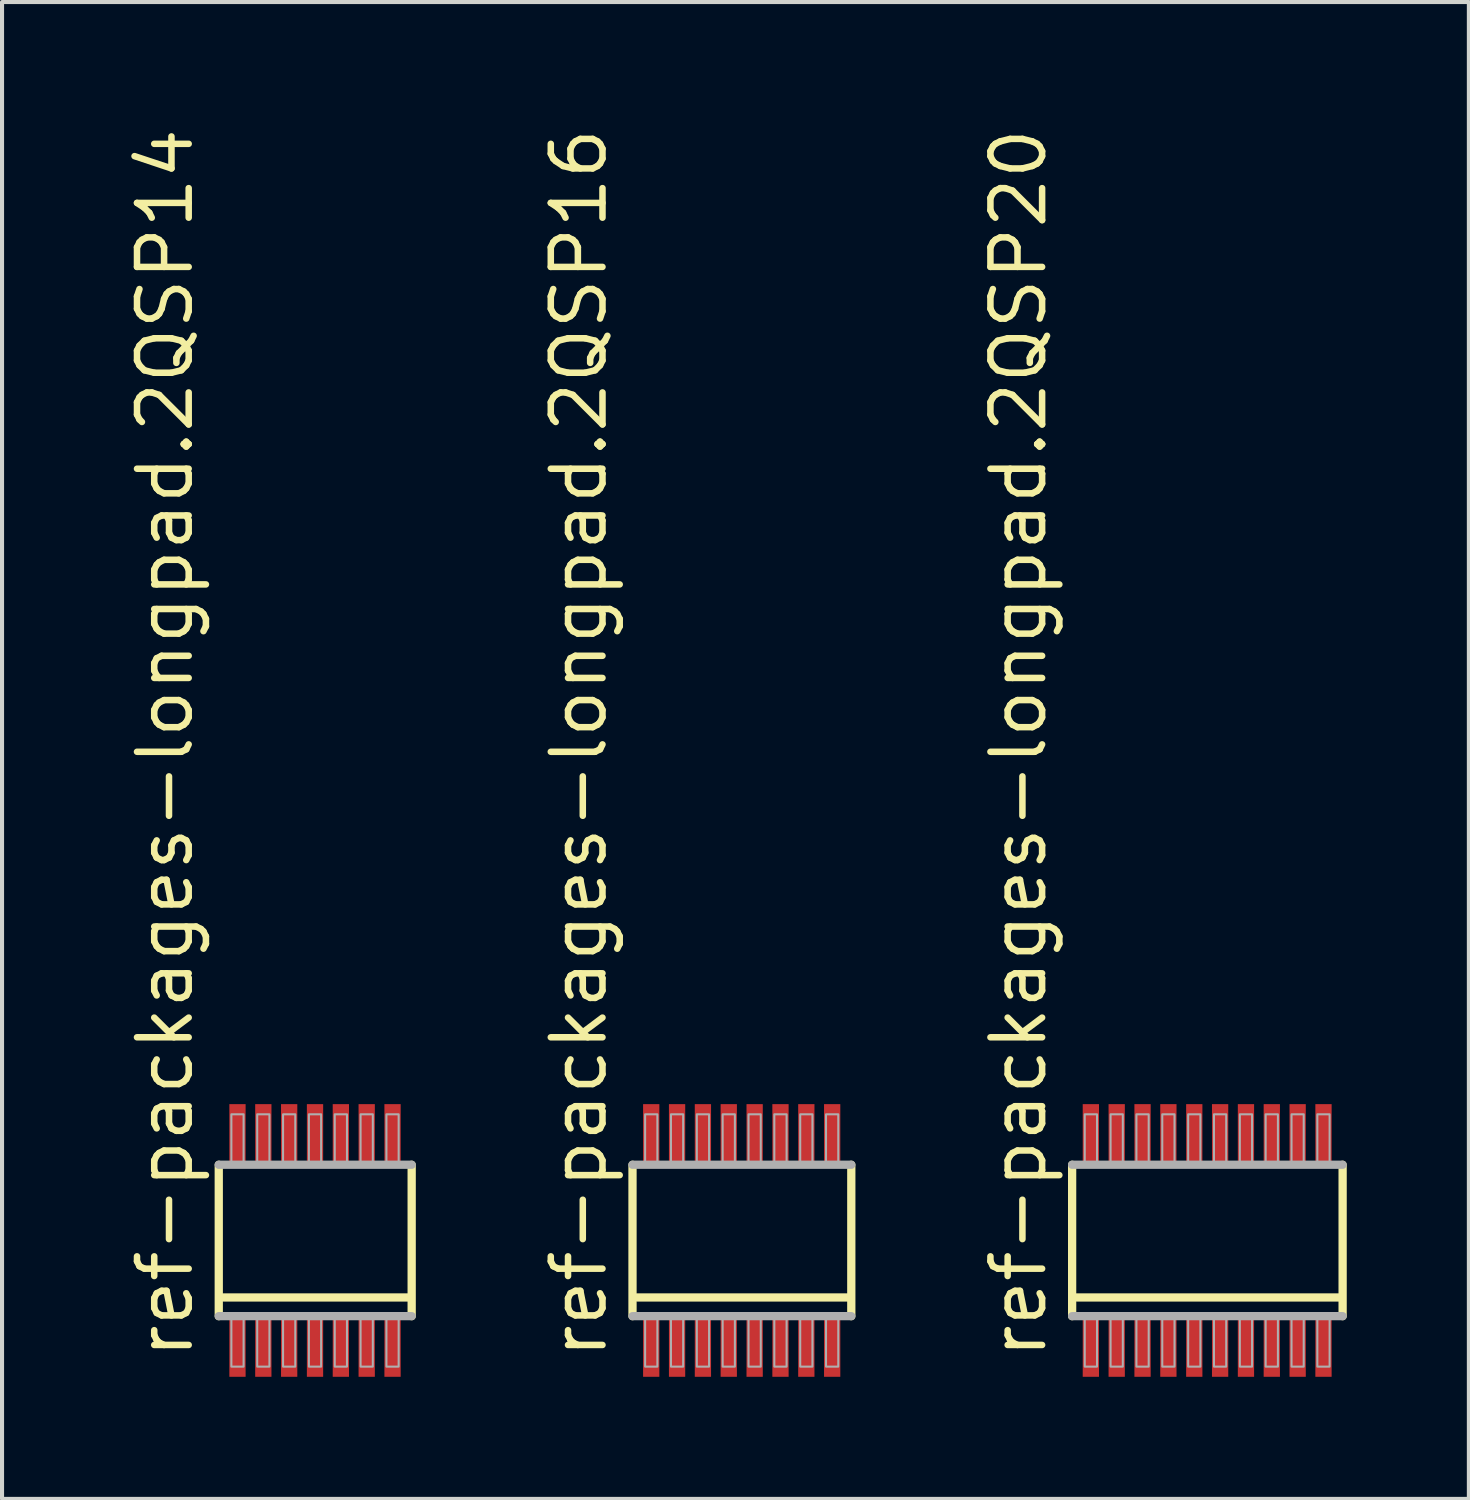
<source format=kicad_pcb>
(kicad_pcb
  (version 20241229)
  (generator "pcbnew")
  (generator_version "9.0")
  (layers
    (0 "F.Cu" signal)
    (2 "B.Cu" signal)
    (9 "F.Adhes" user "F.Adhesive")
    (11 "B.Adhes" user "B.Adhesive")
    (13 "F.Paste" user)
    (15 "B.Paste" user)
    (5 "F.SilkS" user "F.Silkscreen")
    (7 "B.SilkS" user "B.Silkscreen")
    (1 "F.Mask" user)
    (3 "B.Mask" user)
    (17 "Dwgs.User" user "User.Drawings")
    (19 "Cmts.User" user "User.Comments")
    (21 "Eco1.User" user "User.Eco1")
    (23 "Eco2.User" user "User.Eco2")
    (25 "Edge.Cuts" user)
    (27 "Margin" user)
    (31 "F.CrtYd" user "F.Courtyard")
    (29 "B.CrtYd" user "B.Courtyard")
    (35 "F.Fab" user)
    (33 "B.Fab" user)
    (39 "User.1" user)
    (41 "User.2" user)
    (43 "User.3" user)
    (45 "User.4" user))
  (footprint "ref-packages-longpad.2QSP14"
    (layer "F.Cu")
    (at 4.69 27.429)
    (property "Reference" "ref-packages-longpad.2QSP14" (at -2.94 2.975 90) (layer "F.SilkS") (effects (font (size 1.27 1.27) (thickness 0.16)) (justify left bottom)))
    (attr smd)
    (fp_line (start -2.365 1.86) (end -2.365 -1.86) (stroke (width 0.203) (type default)) (layer "F.SilkS"))
    (fp_line (start -2.25 1.4) (end 2.3 1.4) (stroke (width 0.203) (type default)) (layer "F.SilkS"))
    (fp_line (start 2.375 -1.86) (end 2.375 1.86) (stroke (width 0.203) (type default)) (layer "F.SilkS"))
    (fp_line (start -2.365 -1.86) (end 2.375 -1.86) (stroke (width 0.203) (type default)) (layer "F.Fab"))
    (fp_line (start 2.375 1.86) (end -2.365 1.86) (stroke (width 0.203) (type default)) (layer "F.Fab"))
    (fp_rect (start -2.055 -1.9) (end -1.755 -3.1) (stroke (width 0.05) (type default)) (fill no) (layer "F.Fab"))
    (fp_rect (start -2.055 3.1) (end -1.755 1.9) (stroke (width 0.05) (type default)) (fill no) (layer "F.Fab"))
    (fp_rect (start -1.42 -1.9) (end -1.12 -3.1) (stroke (width 0.05) (type default)) (fill no) (layer "F.Fab"))
    (fp_rect (start -1.42 3.1) (end -1.12 1.9) (stroke (width 0.05) (type default)) (fill no) (layer "F.Fab"))
    (fp_rect (start -0.785 -1.9) (end -0.485 -3.1) (stroke (width 0.05) (type default)) (fill no) (layer "F.Fab"))
    (fp_rect (start -0.785 3.1) (end -0.485 1.9) (stroke (width 0.05) (type default)) (fill no) (layer "F.Fab"))
    (fp_rect (start -0.15 -1.9) (end 0.15 -3.1) (stroke (width 0.05) (type default)) (fill no) (layer "F.Fab"))
    (fp_rect (start -0.15 3.1) (end 0.15 1.9) (stroke (width 0.05) (type default)) (fill no) (layer "F.Fab"))
    (fp_rect (start 0.485 -1.9) (end 0.785 -3.1) (stroke (width 0.05) (type default)) (fill no) (layer "F.Fab"))
    (fp_rect (start 0.485 3.1) (end 0.785 1.9) (stroke (width 0.05) (type default)) (fill no) (layer "F.Fab"))
    (fp_rect (start 1.12 -1.9) (end 1.42 -3.1) (stroke (width 0.05) (type default)) (fill no) (layer "F.Fab"))
    (fp_rect (start 1.12 3.1) (end 1.42 1.9) (stroke (width 0.05) (type default)) (fill no) (layer "F.Fab"))
    (fp_rect (start 1.755 -1.9) (end 2.055 -3.1) (stroke (width 0.05) (type default)) (fill no) (layer "F.Fab"))
    (fp_rect (start 1.755 3.1) (end 2.055 1.9) (stroke (width 0.05) (type default)) (fill no) (layer "F.Fab"))
    (pad "1" smd roundrect (at -1.905 2.6) (size 0.4 1.5) (layers "F.Cu" "F.Mask" "F.Paste") (roundrect_rratio 0.01))
    (pad "2" smd roundrect (at -1.27 2.6) (size 0.4 1.5) (layers "F.Cu" "F.Mask" "F.Paste") (roundrect_rratio 0.01))
    (pad "3" smd roundrect (at -0.635 2.6) (size 0.4 1.5) (layers "F.Cu" "F.Mask" "F.Paste") (roundrect_rratio 0.01))
    (pad "4" smd roundrect (at 0 2.6) (size 0.4 1.5) (layers "F.Cu" "F.Mask" "F.Paste") (roundrect_rratio 0.01))
    (pad "5" smd roundrect (at 0.635 2.6) (size 0.4 1.5) (layers "F.Cu" "F.Mask" "F.Paste") (roundrect_rratio 0.01))
    (pad "6" smd roundrect (at 1.27 2.6) (size 0.4 1.5) (layers "F.Cu" "F.Mask" "F.Paste") (roundrect_rratio 0.01))
    (pad "7" smd roundrect (at 1.905 2.6) (size 0.4 1.5) (layers "F.Cu" "F.Mask" "F.Paste") (roundrect_rratio 0.01))
    (pad "8" smd roundrect (at 1.905 -2.6) (size 0.4 1.5) (layers "F.Cu" "F.Mask" "F.Paste") (roundrect_rratio 0.01))
    (pad "9" smd roundrect (at 1.27 -2.6) (size 0.4 1.5) (layers "F.Cu" "F.Mask" "F.Paste") (roundrect_rratio 0.01))
    (pad "10" smd roundrect (at 0.635 -2.6) (size 0.4 1.5) (layers "F.Cu" "F.Mask" "F.Paste") (roundrect_rratio 0.01))
    (pad "11" smd roundrect (at 0 -2.6) (size 0.4 1.5) (layers "F.Cu" "F.Mask" "F.Paste") (roundrect_rratio 0.01))
    (pad "12" smd roundrect (at -0.635 -2.6) (size 0.4 1.5) (layers "F.Cu" "F.Mask" "F.Paste") (roundrect_rratio 0.01))
    (pad "13" smd roundrect (at -1.27 -2.6) (size 0.4 1.5) (layers "F.Cu" "F.Mask" "F.Paste") (roundrect_rratio 0.01))
    (pad "14" smd roundrect (at -1.905 -2.6) (size 0.4 1.5) (layers "F.Cu" "F.Mask" "F.Paste") (roundrect_rratio 0.01)))
  (footprint "ref-packages-longpad.2QSP20"
    (layer "F.Cu")
    (at 25.976 27.429)
    (property "Reference" "ref-packages-longpad.2QSP20" (at -3.257 2.975 90) (layer "F.SilkS") (effects (font (size 1.27 1.27) (thickness 0.16)) (justify left bottom)))
    (attr smd)
    (fp_line (start -2.683 1.86) (end -2.683 -1.86) (stroke (width 0.203) (type default)) (layer "F.SilkS"))
    (fp_line (start -2.568 1.4) (end 3.888 1.4) (stroke (width 0.203) (type default)) (layer "F.SilkS"))
    (fp_line (start 3.963 -1.86) (end 3.963 1.86) (stroke (width 0.203) (type default)) (layer "F.SilkS"))
    (fp_line (start -2.683 -1.86) (end 3.963 -1.86) (stroke (width 0.203) (type default)) (layer "F.Fab"))
    (fp_line (start 3.963 1.86) (end -2.683 1.86) (stroke (width 0.203) (type default)) (layer "F.Fab"))
    (fp_rect (start -2.373 -1.9) (end -2.072 -3.1) (stroke (width 0.05) (type default)) (fill no) (layer "F.Fab"))
    (fp_rect (start -2.373 3.1) (end -2.072 1.9) (stroke (width 0.05) (type default)) (fill no) (layer "F.Fab"))
    (fp_rect (start -1.738 -1.9) (end -1.438 -3.1) (stroke (width 0.05) (type default)) (fill no) (layer "F.Fab"))
    (fp_rect (start -1.738 3.1) (end -1.438 1.9) (stroke (width 0.05) (type default)) (fill no) (layer "F.Fab"))
    (fp_rect (start -1.103 -1.9) (end -0.802 -3.1) (stroke (width 0.05) (type default)) (fill no) (layer "F.Fab"))
    (fp_rect (start -1.103 3.1) (end -0.802 1.9) (stroke (width 0.05) (type default)) (fill no) (layer "F.Fab"))
    (fp_rect (start -0.468 -1.9) (end -0.168 -3.1) (stroke (width 0.05) (type default)) (fill no) (layer "F.Fab"))
    (fp_rect (start -0.468 3.1) (end -0.168 1.9) (stroke (width 0.05) (type default)) (fill no) (layer "F.Fab"))
    (fp_rect (start 0.168 -1.9) (end 0.468 -3.1) (stroke (width 0.05) (type default)) (fill no) (layer "F.Fab"))
    (fp_rect (start 0.168 3.1) (end 0.468 1.9) (stroke (width 0.05) (type default)) (fill no) (layer "F.Fab"))
    (fp_rect (start 0.802 -1.9) (end 1.103 -3.1) (stroke (width 0.05) (type default)) (fill no) (layer "F.Fab"))
    (fp_rect (start 0.802 3.1) (end 1.103 1.9) (stroke (width 0.05) (type default)) (fill no) (layer "F.Fab"))
    (fp_rect (start 1.438 -1.9) (end 1.738 -3.1) (stroke (width 0.05) (type default)) (fill no) (layer "F.Fab"))
    (fp_rect (start 1.438 3.1) (end 1.738 1.9) (stroke (width 0.05) (type default)) (fill no) (layer "F.Fab"))
    (fp_rect (start 2.072 -1.9) (end 2.373 -3.1) (stroke (width 0.05) (type default)) (fill no) (layer "F.Fab"))
    (fp_rect (start 2.072 3.1) (end 2.373 1.9) (stroke (width 0.05) (type default)) (fill no) (layer "F.Fab"))
    (fp_rect (start 2.708 -1.9) (end 3.007 -3.1) (stroke (width 0.05) (type default)) (fill no) (layer "F.Fab"))
    (fp_rect (start 2.708 3.1) (end 3.007 1.9) (stroke (width 0.05) (type default)) (fill no) (layer "F.Fab"))
    (fp_rect (start 3.342 -1.9) (end 3.643 -3.1) (stroke (width 0.05) (type default)) (fill no) (layer "F.Fab"))
    (fp_rect (start 3.342 3.1) (end 3.643 1.9) (stroke (width 0.05) (type default)) (fill no) (layer "F.Fab"))
    (pad "1" smd roundrect (at -2.223 2.6) (size 0.4 1.5) (layers "F.Cu" "F.Mask" "F.Paste") (roundrect_rratio 0.01))
    (pad "2" smd roundrect (at -1.588 2.6) (size 0.4 1.5) (layers "F.Cu" "F.Mask" "F.Paste") (roundrect_rratio 0.01))
    (pad "3" smd roundrect (at -0.953 2.6) (size 0.4 1.5) (layers "F.Cu" "F.Mask" "F.Paste") (roundrect_rratio 0.01))
    (pad "4" smd roundrect (at -0.318 2.6) (size 0.4 1.5) (layers "F.Cu" "F.Mask" "F.Paste") (roundrect_rratio 0.01))
    (pad "5" smd roundrect (at 0.318 2.6) (size 0.4 1.5) (layers "F.Cu" "F.Mask" "F.Paste") (roundrect_rratio 0.01))
    (pad "6" smd roundrect (at 0.953 2.6) (size 0.4 1.5) (layers "F.Cu" "F.Mask" "F.Paste") (roundrect_rratio 0.01))
    (pad "7" smd roundrect (at 1.588 2.6) (size 0.4 1.5) (layers "F.Cu" "F.Mask" "F.Paste") (roundrect_rratio 0.01))
    (pad "8" smd roundrect (at 2.223 2.6) (size 0.4 1.5) (layers "F.Cu" "F.Mask" "F.Paste") (roundrect_rratio 0.01))
    (pad "9" smd roundrect (at 2.858 2.6) (size 0.4 1.5) (layers "F.Cu" "F.Mask" "F.Paste") (roundrect_rratio 0.01))
    (pad "10" smd roundrect (at 3.493 2.6) (size 0.4 1.5) (layers "F.Cu" "F.Mask" "F.Paste") (roundrect_rratio 0.01))
    (pad "11" smd roundrect (at 3.493 -2.6) (size 0.4 1.5) (layers "F.Cu" "F.Mask" "F.Paste") (roundrect_rratio 0.01))
    (pad "12" smd roundrect (at 2.858 -2.6) (size 0.4 1.5) (layers "F.Cu" "F.Mask" "F.Paste") (roundrect_rratio 0.01))
    (pad "13" smd roundrect (at 2.223 -2.6) (size 0.4 1.5) (layers "F.Cu" "F.Mask" "F.Paste") (roundrect_rratio 0.01))
    (pad "14" smd roundrect (at 1.588 -2.6) (size 0.4 1.5) (layers "F.Cu" "F.Mask" "F.Paste") (roundrect_rratio 0.01))
    (pad "15" smd roundrect (at 0.953 -2.6) (size 0.4 1.5) (layers "F.Cu" "F.Mask" "F.Paste") (roundrect_rratio 0.01))
    (pad "16" smd roundrect (at 0.318 -2.6) (size 0.4 1.5) (layers "F.Cu" "F.Mask" "F.Paste") (roundrect_rratio 0.01))
    (pad "17" smd roundrect (at -0.318 -2.6) (size 0.4 1.5) (layers "F.Cu" "F.Mask" "F.Paste") (roundrect_rratio 0.01))
    (pad "18" smd roundrect (at -0.953 -2.6) (size 0.4 1.5) (layers "F.Cu" "F.Mask" "F.Paste") (roundrect_rratio 0.01))
    (pad "19" smd roundrect (at -1.588 -2.6) (size 0.4 1.5) (layers "F.Cu" "F.Mask" "F.Paste") (roundrect_rratio 0.01))
    (pad "20" smd roundrect (at -2.223 -2.6) (size 0.4 1.5) (layers "F.Cu" "F.Mask" "F.Paste") (roundrect_rratio 0.01)))
  (footprint "ref-packages-longpad.2QSP16"
    (layer "F.Cu")
    (at 15.174 27.429)
    (property "Reference" "ref-packages-longpad.2QSP16" (at -3.257 2.975 90) (layer "F.SilkS") (effects (font (size 1.27 1.27) (thickness 0.16)) (justify left bottom)))
    (attr smd)
    (fp_line (start -2.683 1.86) (end -2.683 -1.86) (stroke (width 0.203) (type default)) (layer "F.SilkS"))
    (fp_line (start -2.568 1.4) (end 2.618 1.4) (stroke (width 0.203) (type default)) (layer "F.SilkS"))
    (fp_line (start 2.693 -1.86) (end 2.693 1.86) (stroke (width 0.203) (type default)) (layer "F.SilkS"))
    (fp_line (start -2.683 -1.86) (end 2.693 -1.86) (stroke (width 0.203) (type default)) (layer "F.Fab"))
    (fp_line (start 2.693 1.86) (end -2.683 1.86) (stroke (width 0.203) (type default)) (layer "F.Fab"))
    (fp_rect (start -2.373 -1.9) (end -2.072 -3.1) (stroke (width 0.05) (type default)) (fill no) (layer "F.Fab"))
    (fp_rect (start -2.373 3.1) (end -2.072 1.9) (stroke (width 0.05) (type default)) (fill no) (layer "F.Fab"))
    (fp_rect (start -1.738 -1.9) (end -1.438 -3.1) (stroke (width 0.05) (type default)) (fill no) (layer "F.Fab"))
    (fp_rect (start -1.738 3.1) (end -1.438 1.9) (stroke (width 0.05) (type default)) (fill no) (layer "F.Fab"))
    (fp_rect (start -1.103 -1.9) (end -0.802 -3.1) (stroke (width 0.05) (type default)) (fill no) (layer "F.Fab"))
    (fp_rect (start -1.103 3.1) (end -0.802 1.9) (stroke (width 0.05) (type default)) (fill no) (layer "F.Fab"))
    (fp_rect (start -0.468 -1.9) (end -0.168 -3.1) (stroke (width 0.05) (type default)) (fill no) (layer "F.Fab"))
    (fp_rect (start -0.468 3.1) (end -0.168 1.9) (stroke (width 0.05) (type default)) (fill no) (layer "F.Fab"))
    (fp_rect (start 0.168 -1.9) (end 0.468 -3.1) (stroke (width 0.05) (type default)) (fill no) (layer "F.Fab"))
    (fp_rect (start 0.168 3.1) (end 0.468 1.9) (stroke (width 0.05) (type default)) (fill no) (layer "F.Fab"))
    (fp_rect (start 0.802 -1.9) (end 1.103 -3.1) (stroke (width 0.05) (type default)) (fill no) (layer "F.Fab"))
    (fp_rect (start 0.802 3.1) (end 1.103 1.9) (stroke (width 0.05) (type default)) (fill no) (layer "F.Fab"))
    (fp_rect (start 1.438 -1.9) (end 1.738 -3.1) (stroke (width 0.05) (type default)) (fill no) (layer "F.Fab"))
    (fp_rect (start 1.438 3.1) (end 1.738 1.9) (stroke (width 0.05) (type default)) (fill no) (layer "F.Fab"))
    (fp_rect (start 2.072 -1.9) (end 2.373 -3.1) (stroke (width 0.05) (type default)) (fill no) (layer "F.Fab"))
    (fp_rect (start 2.072 3.1) (end 2.373 1.9) (stroke (width 0.05) (type default)) (fill no) (layer "F.Fab"))
    (pad "1" smd roundrect (at -2.223 2.6) (size 0.4 1.5) (layers "F.Cu" "F.Mask" "F.Paste") (roundrect_rratio 0.01))
    (pad "2" smd roundrect (at -1.588 2.6) (size 0.4 1.5) (layers "F.Cu" "F.Mask" "F.Paste") (roundrect_rratio 0.01))
    (pad "3" smd roundrect (at -0.953 2.6) (size 0.4 1.5) (layers "F.Cu" "F.Mask" "F.Paste") (roundrect_rratio 0.01))
    (pad "4" smd roundrect (at -0.318 2.6) (size 0.4 1.5) (layers "F.Cu" "F.Mask" "F.Paste") (roundrect_rratio 0.01))
    (pad "5" smd roundrect (at 0.318 2.6) (size 0.4 1.5) (layers "F.Cu" "F.Mask" "F.Paste") (roundrect_rratio 0.01))
    (pad "6" smd roundrect (at 0.953 2.6) (size 0.4 1.5) (layers "F.Cu" "F.Mask" "F.Paste") (roundrect_rratio 0.01))
    (pad "7" smd roundrect (at 1.588 2.6) (size 0.4 1.5) (layers "F.Cu" "F.Mask" "F.Paste") (roundrect_rratio 0.01))
    (pad "8" smd roundrect (at 2.223 2.6) (size 0.4 1.5) (layers "F.Cu" "F.Mask" "F.Paste") (roundrect_rratio 0.01))
    (pad "9" smd roundrect (at 2.223 -2.6) (size 0.4 1.5) (layers "F.Cu" "F.Mask" "F.Paste") (roundrect_rratio 0.01))
    (pad "10" smd roundrect (at 1.588 -2.6) (size 0.4 1.5) (layers "F.Cu" "F.Mask" "F.Paste") (roundrect_rratio 0.01))
    (pad "11" smd roundrect (at 0.953 -2.6) (size 0.4 1.5) (layers "F.Cu" "F.Mask" "F.Paste") (roundrect_rratio 0.01))
    (pad "12" smd roundrect (at 0.318 -2.6) (size 0.4 1.5) (layers "F.Cu" "F.Mask" "F.Paste") (roundrect_rratio 0.01))
    (pad "13" smd roundrect (at -0.318 -2.6) (size 0.4 1.5) (layers "F.Cu" "F.Mask" "F.Paste") (roundrect_rratio 0.01))
    (pad "14" smd roundrect (at -0.953 -2.6) (size 0.4 1.5) (layers "F.Cu" "F.Mask" "F.Paste") (roundrect_rratio 0.01))
    (pad "15" smd roundrect (at -1.588 -2.6) (size 0.4 1.5) (layers "F.Cu" "F.Mask" "F.Paste") (roundrect_rratio 0.01))
    (pad "16" smd roundrect (at -2.223 -2.6) (size 0.4 1.5) (layers "F.Cu" "F.Mask" "F.Paste") (roundrect_rratio 0.01)))
  (gr_rect
    (start -3 -3)
    (end 33.041 33.779)
    (stroke (width 0.1) (type default))
    (fill no)
    (layer "Edge.Cuts")))
</source>
